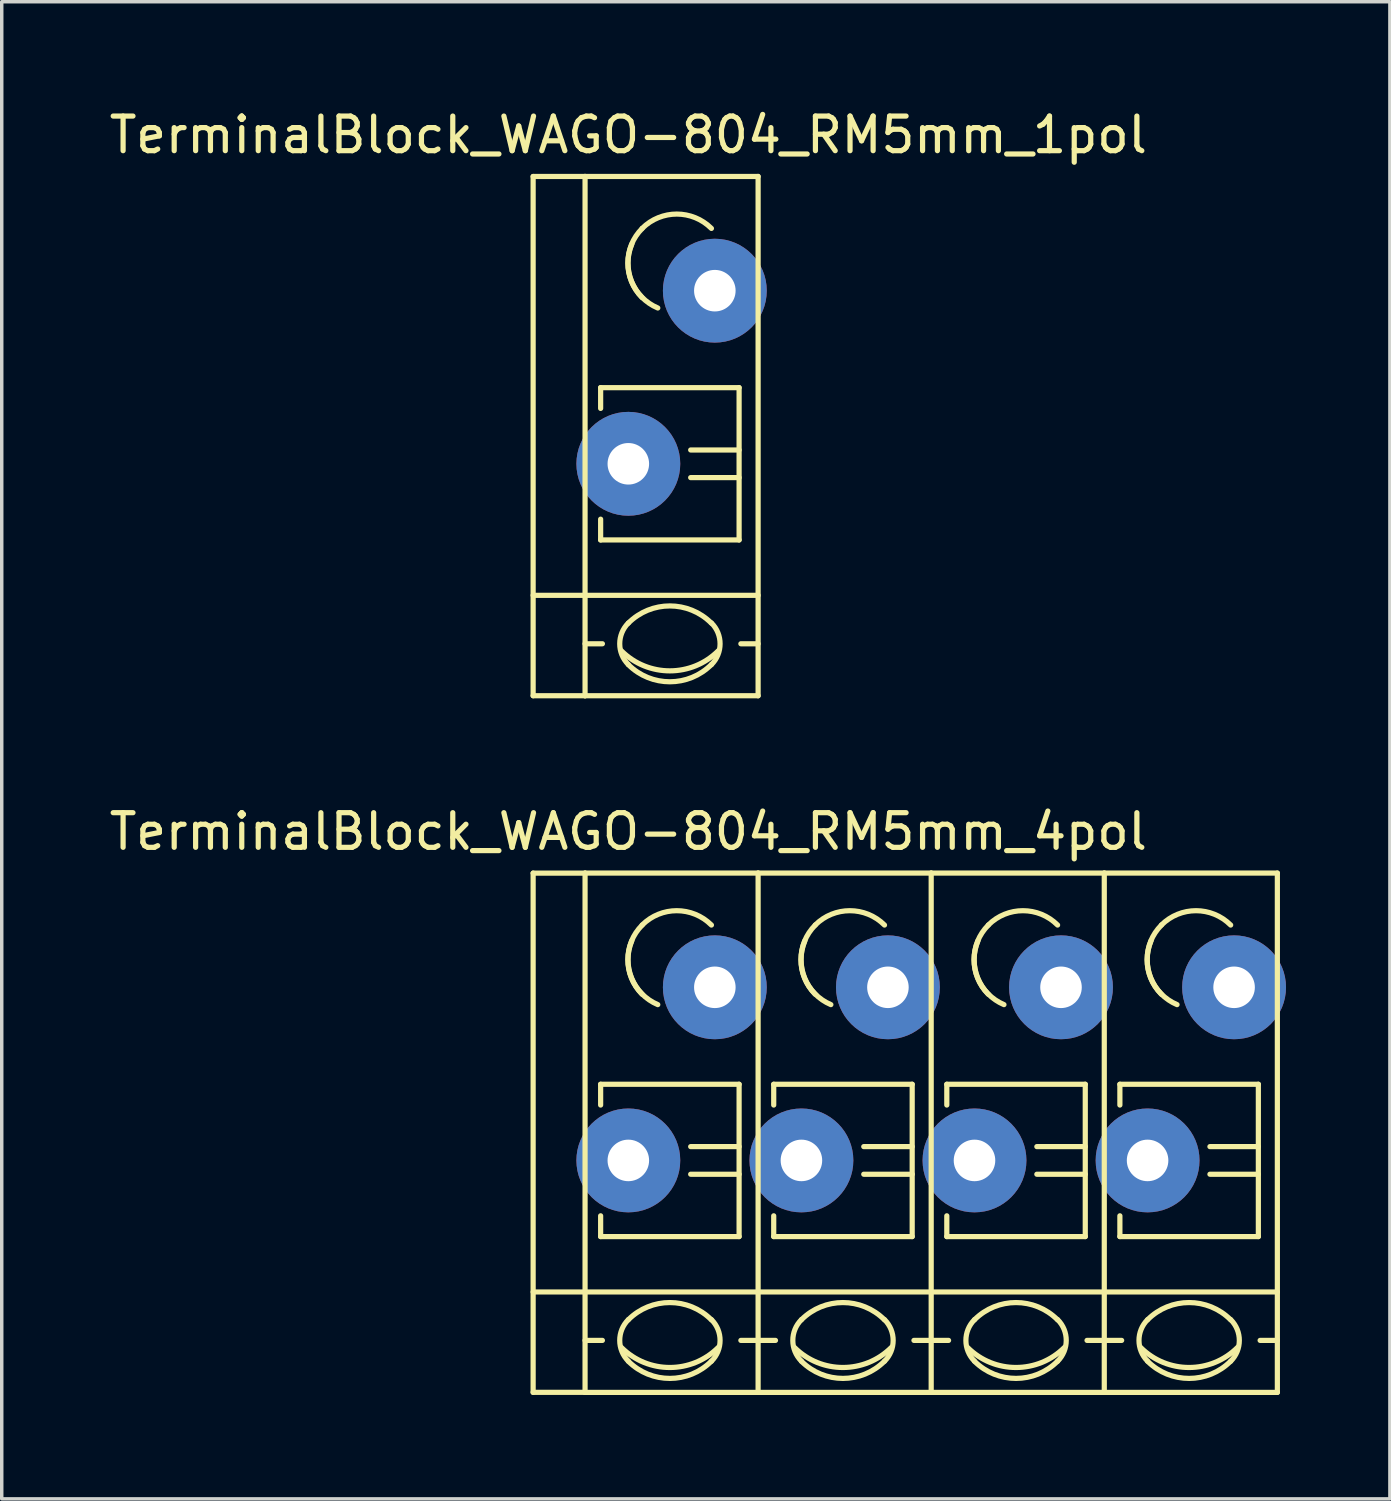
<source format=kicad_pcb>
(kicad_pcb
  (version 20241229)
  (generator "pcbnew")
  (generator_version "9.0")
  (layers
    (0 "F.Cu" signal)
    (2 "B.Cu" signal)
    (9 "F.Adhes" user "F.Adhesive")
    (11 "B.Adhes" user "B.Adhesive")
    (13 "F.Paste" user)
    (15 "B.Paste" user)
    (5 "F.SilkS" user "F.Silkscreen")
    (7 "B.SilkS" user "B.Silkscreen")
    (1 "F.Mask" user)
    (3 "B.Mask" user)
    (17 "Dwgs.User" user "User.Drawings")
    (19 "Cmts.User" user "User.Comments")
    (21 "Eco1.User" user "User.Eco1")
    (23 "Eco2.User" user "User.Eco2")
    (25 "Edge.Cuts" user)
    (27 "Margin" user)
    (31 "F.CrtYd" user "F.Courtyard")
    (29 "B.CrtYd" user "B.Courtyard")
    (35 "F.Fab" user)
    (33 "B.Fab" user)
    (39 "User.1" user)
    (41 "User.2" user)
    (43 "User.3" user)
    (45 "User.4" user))
  (footprint "TerminalBlock_WAGO-804_RM5mm_4pol"
    (layer "F.Cu")
    (at 15.101 30.472)
    (property "Reference" "TerminalBlock_WAGO-804_RM5mm_4pol" (at 0 -9.5 0) (layer "F.SilkS") (effects (font (size 1 1) (thickness 0.15))))
    (attr through_hole)
    (fp_line (start -2.75 -8.3) (end -1.25 -8.3) (stroke (width 0.15) (type solid)) (layer "F.SilkS"))
    (fp_line (start -2.75 6.7) (end -2.75 -8.3) (stroke (width 0.15) (type solid)) (layer "F.SilkS"))
    (fp_line (start -1.25 6.7) (end -2.75 6.7) (stroke (width 0.15) (type solid)) (layer "F.SilkS"))
    (fp_line (start -1.25 5.199) (end -0.749 5.199) (stroke (width 0.15) (type solid)) (layer "F.SilkS"))
    (fp_line (start -1.25 6.701) (end -1.25 -8.301) (stroke (width 0.15) (type solid)) (layer "F.SilkS"))
    (fp_line (start -0.8 -2.2) (end -0.8 -1.6) (stroke (width 0.15) (type solid)) (layer "F.SilkS"))
    (fp_line (start -0.8 -2.2) (end 3.2 -2.2) (stroke (width 0.15) (type solid)) (layer "F.SilkS"))
    (fp_line (start -0.8 2.2) (end -0.8 1.6) (stroke (width 0.15) (type solid)) (layer "F.SilkS"))
    (fp_line (start 3.2 -2.2) (end 3.2 2.2) (stroke (width 0.15) (type solid)) (layer "F.SilkS"))
    (fp_line (start 3.2 -0.399) (end 1.801 -0.399) (stroke (width 0.15) (type solid)) (layer "F.SilkS"))
    (fp_line (start 3.2 0.399) (end 1.801 0.399) (stroke (width 0.15) (type solid)) (layer "F.SilkS"))
    (fp_line (start 3.2 2.2) (end -0.8 2.2) (stroke (width 0.15) (type solid)) (layer "F.SilkS"))
    (fp_line (start 3.749 -8.301) (end -1.25 -8.301) (stroke (width 0.15) (type solid)) (layer "F.SilkS"))
    (fp_line (start 3.749 -8.301) (end 3.749 6.701) (stroke (width 0.15) (type solid)) (layer "F.SilkS"))
    (fp_line (start 3.749 5.199) (end 3.251 5.199) (stroke (width 0.15) (type solid)) (layer "F.SilkS"))
    (fp_line (start 3.749 6.701) (end -1.25 6.701) (stroke (width 0.15) (type solid)) (layer "F.SilkS"))
    (fp_line (start 3.75 3.8) (end -2.75 3.8) (stroke (width 0.15) (type solid)) (layer "F.SilkS"))
    (fp_line (start 3.75 3.8) (end 8.75 3.8) (stroke (width 0.15) (type solid)) (layer "F.SilkS"))
    (fp_line (start 3.75 5.199) (end 4.251 5.199) (stroke (width 0.15) (type solid)) (layer "F.SilkS"))
    (fp_line (start 4.2 -2.2) (end 4.2 -1.6) (stroke (width 0.15) (type solid)) (layer "F.SilkS"))
    (fp_line (start 4.2 -2.2) (end 8.2 -2.2) (stroke (width 0.15) (type solid)) (layer "F.SilkS"))
    (fp_line (start 4.2 2.2) (end 4.2 1.6) (stroke (width 0.15) (type solid)) (layer "F.SilkS"))
    (fp_line (start 8.2 -2.2) (end 8.2 2.2) (stroke (width 0.15) (type solid)) (layer "F.SilkS"))
    (fp_line (start 8.2 -0.399) (end 6.801 -0.399) (stroke (width 0.15) (type solid)) (layer "F.SilkS"))
    (fp_line (start 8.2 0.399) (end 6.801 0.399) (stroke (width 0.15) (type solid)) (layer "F.SilkS"))
    (fp_line (start 8.2 2.2) (end 4.2 2.2) (stroke (width 0.15) (type solid)) (layer "F.SilkS"))
    (fp_line (start 8.749 -8.301) (end 3.75 -8.301) (stroke (width 0.15) (type solid)) (layer "F.SilkS"))
    (fp_line (start 8.749 -8.301) (end 8.749 6.701) (stroke (width 0.15) (type solid)) (layer "F.SilkS"))
    (fp_line (start 8.749 5.199) (end 8.251 5.199) (stroke (width 0.15) (type solid)) (layer "F.SilkS"))
    (fp_line (start 8.749 6.701) (end 3.75 6.701) (stroke (width 0.15) (type solid)) (layer "F.SilkS"))
    (fp_line (start 8.75 3.8) (end 13.75 3.8) (stroke (width 0.15) (type solid)) (layer "F.SilkS"))
    (fp_line (start 8.75 5.199) (end 9.251 5.199) (stroke (width 0.15) (type solid)) (layer "F.SilkS"))
    (fp_line (start 9.2 -2.2) (end 9.2 -1.6) (stroke (width 0.15) (type solid)) (layer "F.SilkS"))
    (fp_line (start 9.2 -2.2) (end 13.2 -2.2) (stroke (width 0.15) (type solid)) (layer "F.SilkS"))
    (fp_line (start 9.2 2.2) (end 9.2 1.6) (stroke (width 0.15) (type solid)) (layer "F.SilkS"))
    (fp_line (start 13.2 -2.2) (end 13.2 2.2) (stroke (width 0.15) (type solid)) (layer "F.SilkS"))
    (fp_line (start 13.2 -0.399) (end 11.801 -0.399) (stroke (width 0.15) (type solid)) (layer "F.SilkS"))
    (fp_line (start 13.2 0.399) (end 11.801 0.399) (stroke (width 0.15) (type solid)) (layer "F.SilkS"))
    (fp_line (start 13.2 2.2) (end 9.2 2.2) (stroke (width 0.15) (type solid)) (layer "F.SilkS"))
    (fp_line (start 13.749 -8.301) (end 8.75 -8.301) (stroke (width 0.15) (type solid)) (layer "F.SilkS"))
    (fp_line (start 13.749 -8.301) (end 13.749 6.701) (stroke (width 0.15) (type solid)) (layer "F.SilkS"))
    (fp_line (start 13.749 5.199) (end 13.251 5.199) (stroke (width 0.15) (type solid)) (layer "F.SilkS"))
    (fp_line (start 13.749 6.701) (end 8.75 6.701) (stroke (width 0.15) (type solid)) (layer "F.SilkS"))
    (fp_line (start 13.75 3.8) (end 18.75 3.8) (stroke (width 0.15) (type solid)) (layer "F.SilkS"))
    (fp_line (start 13.75 5.199) (end 14.251 5.199) (stroke (width 0.15) (type solid)) (layer "F.SilkS"))
    (fp_line (start 14.2 -2.2) (end 14.2 -1.6) (stroke (width 0.15) (type solid)) (layer "F.SilkS"))
    (fp_line (start 14.2 -2.2) (end 18.2 -2.2) (stroke (width 0.15) (type solid)) (layer "F.SilkS"))
    (fp_line (start 14.2 2.2) (end 14.2 1.6) (stroke (width 0.15) (type solid)) (layer "F.SilkS"))
    (fp_line (start 18.2 -2.2) (end 18.2 2.2) (stroke (width 0.15) (type solid)) (layer "F.SilkS"))
    (fp_line (start 18.2 -0.399) (end 16.801 -0.399) (stroke (width 0.15) (type solid)) (layer "F.SilkS"))
    (fp_line (start 18.2 0.399) (end 16.801 0.399) (stroke (width 0.15) (type solid)) (layer "F.SilkS"))
    (fp_line (start 18.2 2.2) (end 14.2 2.2) (stroke (width 0.15) (type solid)) (layer "F.SilkS"))
    (fp_line (start 18.749 -8.301) (end 13.75 -8.301) (stroke (width 0.15) (type solid)) (layer "F.SilkS"))
    (fp_line (start 18.749 -8.301) (end 18.749 6.701) (stroke (width 0.15) (type solid)) (layer "F.SilkS"))
    (fp_line (start 18.749 5.199) (end 18.251 5.199) (stroke (width 0.15) (type solid)) (layer "F.SilkS"))
    (fp_line (start 18.749 6.701) (end 13.75 6.701) (stroke (width 0.15) (type solid)) (layer "F.SilkS"))
    (fp_arc (start 0 4.60248) (mid 1.19888 4.105888) (end 2.39776 4.60248) (stroke (width 0.15) (type solid)) (layer "F.SilkS"))
    (fp_arc (start 0 5.79882) (mid -0.248296 5.19938) (end 0 4.59994) (stroke (width 0.15) (type solid)) (layer "F.SilkS"))
    (fp_arc (start 0.39878 -6.79958) (mid 1.39954 -7.214108) (end 2.4003 -6.79958) (stroke (width 0.15) (type solid)) (layer "F.SilkS"))
    (fp_arc (start 0.39878 -4.8006) (mid -0.013952 -5.800616) (end 0.40132 -6.79958) (stroke (width 0.15) (type solid)) (layer "F.SilkS"))
    (fp_arc (start 0.8509 -4.50088) (mid 0.093811 -5.268985) (end 0.1016 -6.34746) (stroke (width 0.15) (type solid)) (layer "F.SilkS"))
    (fp_arc (start 2.4003 5.79882) (mid 1.200676 6.297208) (end 0 5.80136) (stroke (width 0.15) (type solid)) (layer "F.SilkS"))
    (fp_arc (start 2.40284 4.59994) (mid 2.650392 5.201176) (end 2.4003 5.80136) (stroke (width 0.15) (type solid)) (layer "F.SilkS"))
    (fp_arc (start 2.60096 5.40004) (mid 1.200676 5.981545) (end -0.20066 5.40258) (stroke (width 0.15) (type solid)) (layer "F.SilkS"))
    (fp_arc (start 5 4.60248) (mid 6.19888 4.105888) (end 7.39776 4.60248) (stroke (width 0.15) (type solid)) (layer "F.SilkS"))
    (fp_arc (start 5 5.79882) (mid 4.751704 5.19938) (end 5 4.59994) (stroke (width 0.15) (type solid)) (layer "F.SilkS"))
    (fp_arc (start 5.39878 -6.79958) (mid 6.39954 -7.214108) (end 7.4003 -6.79958) (stroke (width 0.15) (type solid)) (layer "F.SilkS"))
    (fp_arc (start 5.39878 -4.8006) (mid 4.986048 -5.800616) (end 5.40132 -6.79958) (stroke (width 0.15) (type solid)) (layer "F.SilkS"))
    (fp_arc (start 5.8509 -4.50088) (mid 5.093811 -5.268985) (end 5.1016 -6.34746) (stroke (width 0.15) (type solid)) (layer "F.SilkS"))
    (fp_arc (start 7.4003 5.79882) (mid 6.200676 6.297208) (end 5 5.80136) (stroke (width 0.15) (type solid)) (layer "F.SilkS"))
    (fp_arc (start 7.40284 4.59994) (mid 7.650392 5.201176) (end 7.4003 5.80136) (stroke (width 0.15) (type solid)) (layer "F.SilkS"))
    (fp_arc (start 7.60096 5.40004) (mid 6.200676 5.981545) (end 4.79934 5.40258) (stroke (width 0.15) (type solid)) (layer "F.SilkS"))
    (fp_arc (start 10 4.60248) (mid 11.19888 4.105888) (end 12.39776 4.60248) (stroke (width 0.15) (type solid)) (layer "F.SilkS"))
    (fp_arc (start 10 5.79882) (mid 9.751704 5.19938) (end 10 4.59994) (stroke (width 0.15) (type solid)) (layer "F.SilkS"))
    (fp_arc (start 10.39878 -6.79958) (mid 11.39954 -7.214108) (end 12.4003 -6.79958) (stroke (width 0.15) (type solid)) (layer "F.SilkS"))
    (fp_arc (start 10.39878 -4.8006) (mid 9.986048 -5.800616) (end 10.40132 -6.79958) (stroke (width 0.15) (type solid)) (layer "F.SilkS"))
    (fp_arc (start 10.8509 -4.50088) (mid 10.093811 -5.268985) (end 10.1016 -6.34746) (stroke (width 0.15) (type solid)) (layer "F.SilkS"))
    (fp_arc (start 12.4003 5.79882) (mid 11.200676 6.297208) (end 10 5.80136) (stroke (width 0.15) (type solid)) (layer "F.SilkS"))
    (fp_arc (start 12.40284 4.59994) (mid 12.650392 5.201176) (end 12.4003 5.80136) (stroke (width 0.15) (type solid)) (layer "F.SilkS"))
    (fp_arc (start 12.60096 5.40004) (mid 11.200676 5.981545) (end 9.79934 5.40258) (stroke (width 0.15) (type solid)) (layer "F.SilkS"))
    (fp_arc (start 15 4.60248) (mid 16.19888 4.105888) (end 17.39776 4.60248) (stroke (width 0.15) (type solid)) (layer "F.SilkS"))
    (fp_arc (start 15 5.79882) (mid 14.751704 5.19938) (end 15 4.59994) (stroke (width 0.15) (type solid)) (layer "F.SilkS"))
    (fp_arc (start 15.39878 -6.79958) (mid 16.39954 -7.214108) (end 17.4003 -6.79958) (stroke (width 0.15) (type solid)) (layer "F.SilkS"))
    (fp_arc (start 15.39878 -4.8006) (mid 14.986048 -5.800616) (end 15.40132 -6.79958) (stroke (width 0.15) (type solid)) (layer "F.SilkS"))
    (fp_arc (start 15.8509 -4.50088) (mid 15.093811 -5.268985) (end 15.1016 -6.34746) (stroke (width 0.15) (type solid)) (layer "F.SilkS"))
    (fp_arc (start 17.4003 5.79882) (mid 16.200676 6.297208) (end 15 5.80136) (stroke (width 0.15) (type solid)) (layer "F.SilkS"))
    (fp_arc (start 17.40284 4.59994) (mid 17.650392 5.201176) (end 17.4003 5.80136) (stroke (width 0.15) (type solid)) (layer "F.SilkS"))
    (fp_arc (start 17.60096 5.40004) (mid 16.200676 5.981545) (end 14.79934 5.40258) (stroke (width 0.15) (type solid)) (layer "F.SilkS"))
    (pad "1" thru_hole circle (at 0 0) (size 3 3) (drill 1.2) (layers "*.Cu" "*.Mask"))
    (pad "1" thru_hole circle (at 2.499 -5.001) (size 3 3) (drill 1.2) (layers "*.Cu" "*.Mask"))
    (pad "2" thru_hole circle (at 5 0) (size 3 3) (drill 1.2) (layers "*.Cu" "*.Mask"))
    (pad "2" thru_hole circle (at 7.499 -5.001) (size 3 3) (drill 1.2) (layers "*.Cu" "*.Mask"))
    (pad "3" thru_hole circle (at 10 0) (size 3 3) (drill 1.2) (layers "*.Cu" "*.Mask"))
    (pad "3" thru_hole circle (at 12.499 -5.001) (size 3 3) (drill 1.2) (layers "*.Cu" "*.Mask"))
    (pad "4" thru_hole circle (at 15 0) (size 3 3) (drill 1.2) (layers "*.Cu" "*.Mask"))
    (pad "4" thru_hole circle (at 17.499 -5.001) (size 3 3) (drill 1.2) (layers "*.Cu" "*.Mask")))
  (footprint "TerminalBlock_WAGO-804_RM5mm_1pol"
    (layer "F.Cu")
    (at 15.101 10.348)
    (property "Reference" "TerminalBlock_WAGO-804_RM5mm_1pol" (at 0 -9.5 0) (layer "F.SilkS") (effects (font (size 1 1) (thickness 0.15))))
    (attr through_hole)
    (fp_line (start -2.75 -8.3) (end -1.25 -8.3) (stroke (width 0.15) (type solid)) (layer "F.SilkS"))
    (fp_line (start -2.75 6.7) (end -2.75 -8.3) (stroke (width 0.15) (type solid)) (layer "F.SilkS"))
    (fp_line (start -1.25 6.7) (end -2.75 6.7) (stroke (width 0.15) (type solid)) (layer "F.SilkS"))
    (fp_line (start -1.25 5.199) (end -0.749 5.199) (stroke (width 0.15) (type solid)) (layer "F.SilkS"))
    (fp_line (start -1.25 6.701) (end -1.25 -8.301) (stroke (width 0.15) (type solid)) (layer "F.SilkS"))
    (fp_line (start -0.8 -2.2) (end -0.8 -1.6) (stroke (width 0.15) (type solid)) (layer "F.SilkS"))
    (fp_line (start -0.8 -2.2) (end 3.2 -2.2) (stroke (width 0.15) (type solid)) (layer "F.SilkS"))
    (fp_line (start -0.8 2.2) (end -0.8 1.6) (stroke (width 0.15) (type solid)) (layer "F.SilkS"))
    (fp_line (start 3.2 -2.2) (end 3.2 2.2) (stroke (width 0.15) (type solid)) (layer "F.SilkS"))
    (fp_line (start 3.2 -0.399) (end 1.801 -0.399) (stroke (width 0.15) (type solid)) (layer "F.SilkS"))
    (fp_line (start 3.2 0.399) (end 1.801 0.399) (stroke (width 0.15) (type solid)) (layer "F.SilkS"))
    (fp_line (start 3.2 2.2) (end -0.8 2.2) (stroke (width 0.15) (type solid)) (layer "F.SilkS"))
    (fp_line (start 3.749 -8.301) (end -1.25 -8.301) (stroke (width 0.15) (type solid)) (layer "F.SilkS"))
    (fp_line (start 3.749 -8.301) (end 3.749 6.701) (stroke (width 0.15) (type solid)) (layer "F.SilkS"))
    (fp_line (start 3.749 5.199) (end 3.251 5.199) (stroke (width 0.15) (type solid)) (layer "F.SilkS"))
    (fp_line (start 3.749 6.701) (end -1.25 6.701) (stroke (width 0.15) (type solid)) (layer "F.SilkS"))
    (fp_line (start 3.75 3.8) (end -2.75 3.8) (stroke (width 0.15) (type solid)) (layer "F.SilkS"))
    (fp_arc (start 0 4.60248) (mid 1.19888 4.105888) (end 2.39776 4.60248) (stroke (width 0.15) (type solid)) (layer "F.SilkS"))
    (fp_arc (start 0 5.79882) (mid -0.248296 5.19938) (end 0 4.59994) (stroke (width 0.15) (type solid)) (layer "F.SilkS"))
    (fp_arc (start 0.39878 -6.79958) (mid 1.39954 -7.214108) (end 2.4003 -6.79958) (stroke (width 0.15) (type solid)) (layer "F.SilkS"))
    (fp_arc (start 0.39878 -4.8006) (mid -0.013952 -5.800616) (end 0.40132 -6.79958) (stroke (width 0.15) (type solid)) (layer "F.SilkS"))
    (fp_arc (start 0.8509 -4.50088) (mid 0.093811 -5.268985) (end 0.1016 -6.34746) (stroke (width 0.15) (type solid)) (layer "F.SilkS"))
    (fp_arc (start 2.4003 5.79882) (mid 1.200676 6.297208) (end 0 5.80136) (stroke (width 0.15) (type solid)) (layer "F.SilkS"))
    (fp_arc (start 2.40284 4.59994) (mid 2.650392 5.201176) (end 2.4003 5.80136) (stroke (width 0.15) (type solid)) (layer "F.SilkS"))
    (fp_arc (start 2.60096 5.40004) (mid 1.200676 5.981545) (end -0.20066 5.40258) (stroke (width 0.15) (type solid)) (layer "F.SilkS"))
    (pad "1" thru_hole circle (at 0 0) (size 3 3) (drill 1.2) (layers "*.Cu" "*.Mask"))
    (pad "1" thru_hole circle (at 2.499 -5.001) (size 3 3) (drill 1.2) (layers "*.Cu" "*.Mask")))
  (gr_rect
    (start -3 -3)
    (end 37.101 40.248)
    (stroke (width 0.1) (type default))
    (fill no)
    (layer "Edge.Cuts")))
</source>
